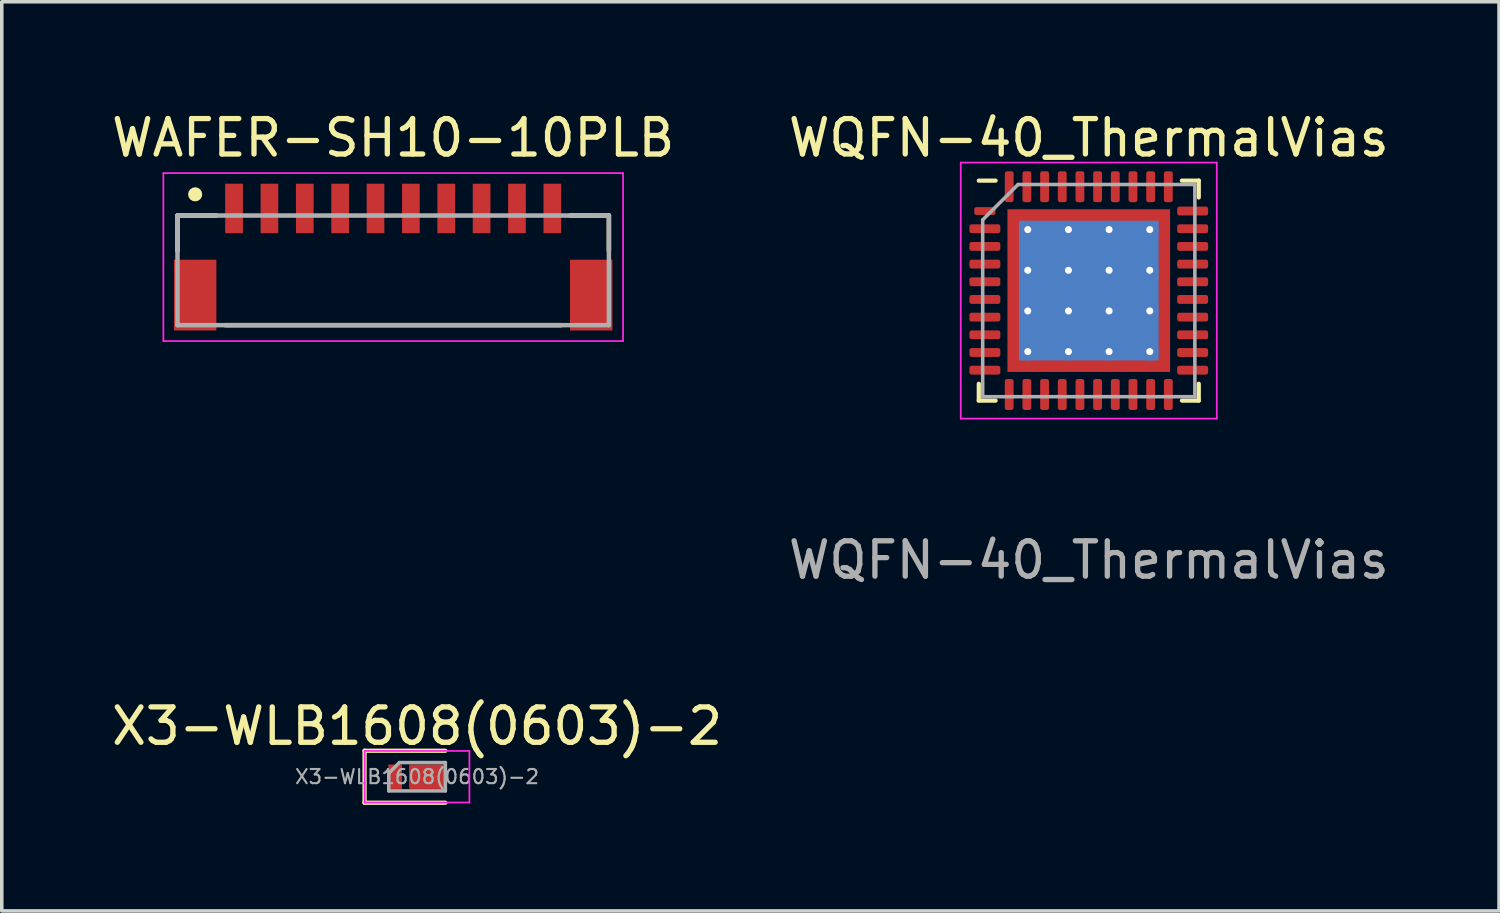
<source format=kicad_pcb>
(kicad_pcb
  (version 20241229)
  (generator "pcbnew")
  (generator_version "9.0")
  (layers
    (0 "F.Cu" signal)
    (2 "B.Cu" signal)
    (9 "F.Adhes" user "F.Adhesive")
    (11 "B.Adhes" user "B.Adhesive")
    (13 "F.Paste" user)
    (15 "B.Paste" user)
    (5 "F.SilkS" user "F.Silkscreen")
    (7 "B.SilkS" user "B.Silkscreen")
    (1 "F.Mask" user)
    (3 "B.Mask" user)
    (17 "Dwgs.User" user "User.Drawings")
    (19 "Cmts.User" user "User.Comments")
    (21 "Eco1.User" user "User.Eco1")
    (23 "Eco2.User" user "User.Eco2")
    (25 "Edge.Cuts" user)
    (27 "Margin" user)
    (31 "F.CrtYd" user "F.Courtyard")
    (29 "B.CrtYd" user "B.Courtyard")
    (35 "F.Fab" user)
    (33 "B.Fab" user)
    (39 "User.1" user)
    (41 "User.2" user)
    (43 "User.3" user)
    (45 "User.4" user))
  (footprint "X3-WLB1608(0603)-2"
    (layer "F.Cu")
    (at 8.744 18.915)
    (property "Reference" "X3-WLB1608(0603)-2" (at 0 -1.43 0) (layer "F.SilkS") (effects (font (size 1 1) (thickness 0.15))))
    (attr smd)
    (fp_line (start -1.485 -0.735) (end -1.485 0.735) (stroke (width 0.12) (type solid)) (layer "F.SilkS"))
    (fp_line (start -1.485 0.735) (end 0.8 0.735) (stroke (width 0.12) (type solid)) (layer "F.SilkS"))
    (fp_line (start 0.8 -0.735) (end -1.485 -0.735) (stroke (width 0.12) (type solid)) (layer "F.SilkS"))
    (fp_line (start -1.48 -0.73) (end 1.48 -0.73) (stroke (width 0.05) (type solid)) (layer "F.CrtYd"))
    (fp_line (start -1.48 0.73) (end -1.48 -0.73) (stroke (width 0.05) (type solid)) (layer "F.CrtYd"))
    (fp_line (start 1.48 -0.73) (end 1.48 0.73) (stroke (width 0.05) (type solid)) (layer "F.CrtYd"))
    (fp_line (start 1.48 0.73) (end -1.48 0.73) (stroke (width 0.05) (type solid)) (layer "F.CrtYd"))
    (fp_line (start -0.8 -0.1) (end -0.8 0.4) (stroke (width 0.1) (type solid)) (layer "F.Fab"))
    (fp_line (start -0.8 0.4) (end 0.8 0.4) (stroke (width 0.1) (type solid)) (layer "F.Fab"))
    (fp_line (start -0.5 -0.4) (end -0.8 -0.1) (stroke (width 0.1) (type solid)) (layer "F.Fab"))
    (fp_line (start 0.8 -0.4) (end -0.5 -0.4) (stroke (width 0.1) (type solid)) (layer "F.Fab"))
    (fp_line (start 0.8 0.4) (end 0.8 -0.4) (stroke (width 0.1) (type solid)) (layer "F.Fab"))
    (fp_text user "${REFERENCE}" (at 0 0 0) (layer "F.Fab") (effects (font (size 0.4 0.4) (thickness 0.06))))
    (pad "1" smd roundrect (at -0.619 0) (size 0.385 0.69) (layers "F.Cu" "F.Mask" "F.Paste") (roundrect_rratio 0.05))
    (pad "2" smd roundrect (at 0.293 0) (size 1.035 0.69) (layers "F.Cu" "F.Mask" "F.Paste") (roundrect_rratio 0.05)))
  (footprint "WQFN-40_ThermalVias"
    (layer "F.Cu")
    (at 27.739 5.168)
    (property "Reference" "WQFN-40_ThermalVias" (at 0 -4.32 0) (layer "F.SilkS") (effects (font (size 1 1) (thickness 0.15))))
    (attr smd)
    (fp_line (start -3.11 3.11) (end -3.11 2.635) (stroke (width 0.12) (type solid)) (layer "F.SilkS"))
    (fp_line (start -2.635 -3.11) (end -3.11 -3.11) (stroke (width 0.12) (type solid)) (layer "F.SilkS"))
    (fp_line (start -2.635 3.11) (end -3.11 3.11) (stroke (width 0.12) (type solid)) (layer "F.SilkS"))
    (fp_line (start 2.635 -3.11) (end 3.11 -3.11) (stroke (width 0.12) (type solid)) (layer "F.SilkS"))
    (fp_line (start 2.635 3.11) (end 3.11 3.11) (stroke (width 0.12) (type solid)) (layer "F.SilkS"))
    (fp_line (start 3.11 -3.11) (end 3.11 -2.635) (stroke (width 0.12) (type solid)) (layer "F.SilkS"))
    (fp_line (start 3.11 3.11) (end 3.11 2.635) (stroke (width 0.12) (type solid)) (layer "F.SilkS"))
    (fp_line (start -3.62 -3.62) (end -3.62 3.62) (stroke (width 0.05) (type solid)) (layer "F.CrtYd"))
    (fp_line (start -3.62 3.62) (end 3.62 3.62) (stroke (width 0.05) (type solid)) (layer "F.CrtYd"))
    (fp_line (start 3.62 -3.62) (end -3.62 -3.62) (stroke (width 0.05) (type solid)) (layer "F.CrtYd"))
    (fp_line (start 3.62 3.62) (end 3.62 -3.62) (stroke (width 0.05) (type solid)) (layer "F.CrtYd"))
    (fp_line (start -3 -2) (end -2 -3) (stroke (width 0.1) (type solid)) (layer "F.Fab"))
    (fp_line (start -3 3) (end -3 -2) (stroke (width 0.1) (type solid)) (layer "F.Fab"))
    (fp_line (start -2 -3) (end 3 -3) (stroke (width 0.1) (type solid)) (layer "F.Fab"))
    (fp_line (start 3 -3) (end 3 3) (stroke (width 0.1) (type solid)) (layer "F.Fab"))
    (fp_line (start 3 3) (end -3 3) (stroke (width 0.1) (type solid)) (layer "F.Fab"))
    (fp_text user "${REFERENCE}" (at 0 7.62 0) (layer "F.Fab") (effects (font (size 1 1) (thickness 0.15))))
    (pad "" smd custom (at -2.013 -2.013) (size 0.342 0.342) (layers "F.Paste") (options (anchor circle)) (primitives (gr_poly (pts (xy 0.116 0.012) (xy 0.012 0.116) (xy -0.116 0.116) (xy -0.116 -0.116) (xy 0.116 -0.116)) (width 0.232) (fill yes))))
    (pad "" smd custom (at -2.013 -1.15) (size 0.382 0.382) (layers "F.Paste") (options (anchor circle)) (primitives (gr_poly (pts (xy 0.15 -0.314) (xy 0.15 0.314) (xy 0.082 0.382) (xy -0.15 0.382) (xy -0.15 -0.382) (xy 0.082 -0.382)) (width 0.164) (fill yes))))
    (pad "" smd custom (at -2.013 0) (size 0.382 0.382) (layers "F.Paste") (options (anchor circle)) (primitives (gr_poly (pts (xy 0.15 -0.314) (xy 0.15 0.314) (xy 0.082 0.382) (xy -0.15 0.382) (xy -0.15 -0.382) (xy 0.082 -0.382)) (width 0.164) (fill yes))))
    (pad "" smd custom (at -2.013 1.15) (size 0.382 0.382) (layers "F.Paste") (options (anchor circle)) (primitives (gr_poly (pts (xy 0.15 -0.314) (xy 0.15 0.314) (xy 0.082 0.382) (xy -0.15 0.382) (xy -0.15 -0.382) (xy 0.082 -0.382)) (width 0.164) (fill yes))))
    (pad "" smd custom (at -2.013 2.013) (size 0.342 0.342) (layers "F.Paste") (options (anchor circle)) (primitives (gr_poly (pts (xy 0.116 -0.012) (xy 0.116 0.116) (xy -0.116 0.116) (xy -0.116 -0.116) (xy 0.012 -0.116)) (width 0.232) (fill yes))))
    (pad "" smd custom (at -1.15 -2.013) (size 0.382 0.382) (layers "F.Paste") (options (anchor circle)) (primitives (gr_poly (pts (xy 0.382 0.082) (xy 0.314 0.15) (xy -0.314 0.15) (xy -0.382 0.082) (xy -0.382 -0.15) (xy 0.382 -0.15)) (width 0.164) (fill yes))))
    (pad "" smd roundrect (at -1.15 -1.15) (size 0.927 0.927) (layers "F.Paste") (roundrect_rratio 0.25))
    (pad "" smd roundrect (at -1.15 0) (size 0.927 0.927) (layers "F.Paste") (roundrect_rratio 0.25))
    (pad "" smd roundrect (at -1.15 1.15) (size 0.927 0.927) (layers "F.Paste") (roundrect_rratio 0.25))
    (pad "" smd custom (at -1.15 2.013) (size 0.382 0.382) (layers "F.Paste") (options (anchor circle)) (primitives (gr_poly (pts (xy 0.382 -0.082) (xy 0.382 0.15) (xy -0.382 0.15) (xy -0.382 -0.082) (xy -0.314 -0.15) (xy 0.314 -0.15)) (width 0.164) (fill yes))))
    (pad "" smd custom (at 0 -2.013) (size 0.382 0.382) (layers "F.Paste") (options (anchor circle)) (primitives (gr_poly (pts (xy 0.382 0.082) (xy 0.314 0.15) (xy -0.314 0.15) (xy -0.382 0.082) (xy -0.382 -0.15) (xy 0.382 -0.15)) (width 0.164) (fill yes))))
    (pad "" smd roundrect (at 0 -1.15) (size 0.927 0.927) (layers "F.Paste") (roundrect_rratio 0.25))
    (pad "" smd roundrect (at 0 0) (size 0.927 0.927) (layers "F.Paste") (roundrect_rratio 0.25))
    (pad "" smd roundrect (at 0 1.15) (size 0.927 0.927) (layers "F.Paste") (roundrect_rratio 0.25))
    (pad "" smd custom (at 0 2.013) (size 0.382 0.382) (layers "F.Paste") (options (anchor circle)) (primitives (gr_poly (pts (xy 0.382 -0.082) (xy 0.382 0.15) (xy -0.382 0.15) (xy -0.382 -0.082) (xy -0.314 -0.15) (xy 0.314 -0.15)) (width 0.164) (fill yes))))
    (pad "" smd custom (at 1.15 -2.013) (size 0.382 0.382) (layers "F.Paste") (options (anchor circle)) (primitives (gr_poly (pts (xy 0.382 0.082) (xy 0.314 0.15) (xy -0.314 0.15) (xy -0.382 0.082) (xy -0.382 -0.15) (xy 0.382 -0.15)) (width 0.164) (fill yes))))
    (pad "" smd roundrect (at 1.15 -1.15) (size 0.927 0.927) (layers "F.Paste") (roundrect_rratio 0.25))
    (pad "" smd roundrect (at 1.15 0) (size 0.927 0.927) (layers "F.Paste") (roundrect_rratio 0.25))
    (pad "" smd roundrect (at 1.15 1.15) (size 0.927 0.927) (layers "F.Paste") (roundrect_rratio 0.25))
    (pad "" smd custom (at 1.15 2.013) (size 0.382 0.382) (layers "F.Paste") (options (anchor circle)) (primitives (gr_poly (pts (xy 0.382 -0.082) (xy 0.382 0.15) (xy -0.382 0.15) (xy -0.382 -0.082) (xy -0.314 -0.15) (xy 0.314 -0.15)) (width 0.164) (fill yes))))
    (pad "" smd custom (at 2.013 -2.013) (size 0.342 0.342) (layers "F.Paste") (options (anchor circle)) (primitives (gr_poly (pts (xy 0.116 0.116) (xy -0.012 0.116) (xy -0.116 0.012) (xy -0.116 -0.116) (xy 0.116 -0.116)) (width 0.232) (fill yes))))
    (pad "" smd custom (at 2.013 -1.15) (size 0.382 0.382) (layers "F.Paste") (options (anchor circle)) (primitives (gr_poly (pts (xy 0.15 0.382) (xy -0.082 0.382) (xy -0.15 0.314) (xy -0.15 -0.314) (xy -0.082 -0.382) (xy 0.15 -0.382)) (width 0.164) (fill yes))))
    (pad "" smd custom (at 2.013 0) (size 0.382 0.382) (layers "F.Paste") (options (anchor circle)) (primitives (gr_poly (pts (xy 0.15 0.382) (xy -0.082 0.382) (xy -0.15 0.314) (xy -0.15 -0.314) (xy -0.082 -0.382) (xy 0.15 -0.382)) (width 0.164) (fill yes))))
    (pad "" smd custom (at 2.013 1.15) (size 0.382 0.382) (layers "F.Paste") (options (anchor circle)) (primitives (gr_poly (pts (xy 0.15 0.382) (xy -0.082 0.382) (xy -0.15 0.314) (xy -0.15 -0.314) (xy -0.082 -0.382) (xy 0.15 -0.382)) (width 0.164) (fill yes))))
    (pad "" smd custom (at 2.013 2.013) (size 0.342 0.342) (layers "F.Paste") (options (anchor circle)) (primitives (gr_poly (pts (xy 0.116 0.116) (xy -0.116 0.116) (xy -0.116 -0.012) (xy -0.012 -0.116) (xy 0.116 -0.116)) (width 0.232) (fill yes))))
    (pad "1" smd roundrect (at -2.938 -2.25) (size 0.6 0.22) (layers "F.Cu" "F.Mask" "F.Paste") (roundrect_rratio 0.25))
    (pad "2" smd roundrect (at -2.938 -1.75) (size 0.875 0.25) (layers "F.Cu" "F.Mask" "F.Paste") (roundrect_rratio 0.25))
    (pad "3" smd roundrect (at -2.938 -1.25) (size 0.875 0.25) (layers "F.Cu" "F.Mask" "F.Paste") (roundrect_rratio 0.25))
    (pad "4" smd roundrect (at -2.938 -0.75) (size 0.875 0.25) (layers "F.Cu" "F.Mask" "F.Paste") (roundrect_rratio 0.25))
    (pad "5" smd roundrect (at -2.938 -0.25) (size 0.875 0.25) (layers "F.Cu" "F.Mask" "F.Paste") (roundrect_rratio 0.25))
    (pad "6" smd roundrect (at -2.938 0.25) (size 0.875 0.25) (layers "F.Cu" "F.Mask" "F.Paste") (roundrect_rratio 0.25))
    (pad "7" smd roundrect (at -2.938 0.75) (size 0.875 0.25) (layers "F.Cu" "F.Mask" "F.Paste") (roundrect_rratio 0.25))
    (pad "8" smd roundrect (at -2.938 1.25) (size 0.875 0.25) (layers "F.Cu" "F.Mask" "F.Paste") (roundrect_rratio 0.25))
    (pad "9" smd roundrect (at -2.938 1.75) (size 0.875 0.25) (layers "F.Cu" "F.Mask" "F.Paste") (roundrect_rratio 0.25))
    (pad "10" smd roundrect (at -2.938 2.25) (size 0.875 0.25) (layers "F.Cu" "F.Mask" "F.Paste") (roundrect_rratio 0.25))
    (pad "11" smd roundrect (at -2.25 2.938) (size 0.25 0.875) (layers "F.Cu" "F.Mask" "F.Paste") (roundrect_rratio 0.25))
    (pad "12" smd roundrect (at -1.75 2.938) (size 0.25 0.875) (layers "F.Cu" "F.Mask" "F.Paste") (roundrect_rratio 0.25))
    (pad "13" smd roundrect (at -1.25 2.938) (size 0.25 0.875) (layers "F.Cu" "F.Mask" "F.Paste") (roundrect_rratio 0.25))
    (pad "14" smd roundrect (at -0.75 2.938) (size 0.25 0.875) (layers "F.Cu" "F.Mask" "F.Paste") (roundrect_rratio 0.25))
    (pad "15" smd roundrect (at -0.25 2.938) (size 0.25 0.875) (layers "F.Cu" "F.Mask" "F.Paste") (roundrect_rratio 0.25))
    (pad "16" smd roundrect (at 0.25 2.938) (size 0.25 0.875) (layers "F.Cu" "F.Mask" "F.Paste") (roundrect_rratio 0.25))
    (pad "17" smd roundrect (at 0.75 2.938) (size 0.25 0.875) (layers "F.Cu" "F.Mask" "F.Paste") (roundrect_rratio 0.25))
    (pad "18" smd roundrect (at 1.25 2.938) (size 0.25 0.875) (layers "F.Cu" "F.Mask" "F.Paste") (roundrect_rratio 0.25))
    (pad "19" smd roundrect (at 1.75 2.938) (size 0.25 0.875) (layers "F.Cu" "F.Mask" "F.Paste") (roundrect_rratio 0.25))
    (pad "20" smd roundrect (at 2.25 2.938) (size 0.25 0.875) (layers "F.Cu" "F.Mask" "F.Paste") (roundrect_rratio 0.25))
    (pad "21" smd roundrect (at 2.938 2.25) (size 0.875 0.25) (layers "F.Cu" "F.Mask" "F.Paste") (roundrect_rratio 0.25))
    (pad "22" smd roundrect (at 2.938 1.75) (size 0.875 0.25) (layers "F.Cu" "F.Mask" "F.Paste") (roundrect_rratio 0.25))
    (pad "23" smd roundrect (at 2.938 1.25) (size 0.875 0.25) (layers "F.Cu" "F.Mask" "F.Paste") (roundrect_rratio 0.25))
    (pad "24" smd roundrect (at 2.938 0.75) (size 0.875 0.25) (layers "F.Cu" "F.Mask" "F.Paste") (roundrect_rratio 0.25))
    (pad "25" smd roundrect (at 2.938 0.25) (size 0.875 0.25) (layers "F.Cu" "F.Mask" "F.Paste") (roundrect_rratio 0.25))
    (pad "26" smd roundrect (at 2.938 -0.25) (size 0.875 0.25) (layers "F.Cu" "F.Mask" "F.Paste") (roundrect_rratio 0.25))
    (pad "27" smd roundrect (at 2.938 -0.75) (size 0.875 0.25) (layers "F.Cu" "F.Mask" "F.Paste") (roundrect_rratio 0.25))
    (pad "28" smd roundrect (at 2.938 -1.25) (size 0.875 0.25) (layers "F.Cu" "F.Mask" "F.Paste") (roundrect_rratio 0.25))
    (pad "29" smd roundrect (at 2.938 -1.75) (size 0.875 0.25) (layers "F.Cu" "F.Mask" "F.Paste") (roundrect_rratio 0.25))
    (pad "30" smd roundrect (at 2.938 -2.25) (size 0.875 0.25) (layers "F.Cu" "F.Mask" "F.Paste") (roundrect_rratio 0.25))
    (pad "31" smd roundrect (at 2.25 -2.938) (size 0.25 0.875) (layers "F.Cu" "F.Mask" "F.Paste") (roundrect_rratio 0.25))
    (pad "32" smd roundrect (at 1.75 -2.938) (size 0.25 0.875) (layers "F.Cu" "F.Mask" "F.Paste") (roundrect_rratio 0.25))
    (pad "33" smd roundrect (at 1.25 -2.938) (size 0.25 0.875) (layers "F.Cu" "F.Mask" "F.Paste") (roundrect_rratio 0.25))
    (pad "34" smd roundrect (at 0.75 -2.938) (size 0.25 0.875) (layers "F.Cu" "F.Mask" "F.Paste") (roundrect_rratio 0.25))
    (pad "35" smd roundrect (at 0.25 -2.938) (size 0.25 0.875) (layers "F.Cu" "F.Mask" "F.Paste") (roundrect_rratio 0.25))
    (pad "36" smd roundrect (at -0.25 -2.938) (size 0.25 0.875) (layers "F.Cu" "F.Mask" "F.Paste") (roundrect_rratio 0.25))
    (pad "37" smd roundrect (at -0.75 -2.938) (size 0.25 0.875) (layers "F.Cu" "F.Mask" "F.Paste") (roundrect_rratio 0.25))
    (pad "38" smd roundrect (at -1.25 -2.938) (size 0.25 0.875) (layers "F.Cu" "F.Mask" "F.Paste") (roundrect_rratio 0.25))
    (pad "39" smd roundrect (at -1.75 -2.938) (size 0.25 0.875) (layers "F.Cu" "F.Mask" "F.Paste") (roundrect_rratio 0.25))
    (pad "40" smd roundrect (at -2.25 -2.938) (size 0.25 0.875) (layers "F.Cu" "F.Mask" "F.Paste") (roundrect_rratio 0.25))
    (pad "41" thru_hole circle (at -1.725 -1.725) (size 0.5 0.5) (drill 0.2) (layers "*.Cu"))
    (pad "41" thru_hole circle (at -1.725 -0.575) (size 0.5 0.5) (drill 0.2) (layers "*.Cu"))
    (pad "41" thru_hole circle (at -1.725 0.575) (size 0.5 0.5) (drill 0.2) (layers "*.Cu"))
    (pad "41" thru_hole circle (at -1.725 1.725) (size 0.5 0.5) (drill 0.2) (layers "*.Cu"))
    (pad "41" thru_hole circle (at -0.575 -1.725) (size 0.5 0.5) (drill 0.2) (layers "*.Cu"))
    (pad "41" thru_hole circle (at -0.575 -0.575) (size 0.5 0.5) (drill 0.2) (layers "*.Cu"))
    (pad "41" thru_hole circle (at -0.575 0.575) (size 0.5 0.5) (drill 0.2) (layers "*.Cu"))
    (pad "41" thru_hole circle (at -0.575 1.725) (size 0.5 0.5) (drill 0.2) (layers "*.Cu"))
    (pad "41" smd rect (at 0 0) (size 3.95 3.95) (layers "B.Cu"))
    (pad "41" smd rect (at 0 0) (size 4.6 4.6) (layers "F.Cu" "F.Mask"))
    (pad "41" thru_hole circle (at 0.575 -1.725) (size 0.5 0.5) (drill 0.2) (layers "*.Cu"))
    (pad "41" thru_hole circle (at 0.575 -0.575) (size 0.5 0.5) (drill 0.2) (layers "*.Cu"))
    (pad "41" thru_hole circle (at 0.575 0.575) (size 0.5 0.5) (drill 0.2) (layers "*.Cu"))
    (pad "41" thru_hole circle (at 0.575 1.725) (size 0.5 0.5) (drill 0.2) (layers "*.Cu"))
    (pad "41" thru_hole circle (at 1.725 -1.725) (size 0.5 0.5) (drill 0.2) (layers "*.Cu"))
    (pad "41" thru_hole circle (at 1.725 -0.575) (size 0.5 0.5) (drill 0.2) (layers "*.Cu"))
    (pad "41" thru_hole circle (at 1.725 0.575) (size 0.5 0.5) (drill 0.2) (layers "*.Cu"))
    (pad "41" thru_hole circle (at 1.725 1.725) (size 0.5 0.5) (drill 0.2) (layers "*.Cu")))
  (footprint "WAFER-SH10-10PLB"
    (layer "F.Cu")
    (at 8.069 6.595)
    (property "Reference" "WAFER-SH10-10PLB" (at 0 -5.746 0) (layer "F.SilkS") (effects (font (size 1.002 1.002) (thickness 0.15))))
    (attr smd)
    (fp_line (start -6.1 -3.55) (end -5 -3.55) (stroke (width 0.127) (type solid)) (layer "F.SilkS"))
    (fp_line (start -6.1 -2.55) (end -6.1 -3.55) (stroke (width 0.127) (type solid)) (layer "F.SilkS"))
    (fp_line (start -4.75 -0.45) (end 4.75 -0.45) (stroke (width 0.127) (type solid)) (layer "F.SilkS"))
    (fp_line (start 6.1 -3.55) (end 5 -3.55) (stroke (width 0.127) (type solid)) (layer "F.SilkS"))
    (fp_line (start 6.1 -2.55) (end 6.1 -3.55) (stroke (width 0.127) (type solid)) (layer "F.SilkS"))
    (fp_circle (center -5.6 -4.15) (end -5.5 -4.15) (stroke (width 0.2) (type solid)) (fill no) (layer "F.SilkS"))
    (fp_line (start -6.5 -4.75) (end 6.5 -4.75) (stroke (width 0.05) (type solid)) (layer "F.CrtYd"))
    (fp_line (start -6.5 0) (end -6.5 -4.75) (stroke (width 0.05) (type solid)) (layer "F.CrtYd"))
    (fp_line (start 6.5 -4.75) (end 6.5 0) (stroke (width 0.05) (type solid)) (layer "F.CrtYd"))
    (fp_line (start 6.5 0) (end -6.5 0) (stroke (width 0.05) (type solid)) (layer "F.CrtYd"))
    (fp_line (start -6.1 -3.55) (end 6.1 -3.55) (stroke (width 0.127) (type solid)) (layer "F.Fab"))
    (fp_line (start -6.1 -0.45) (end -6.1 -3.5) (stroke (width 0.127) (type solid)) (layer "F.Fab"))
    (fp_line (start 6.1 -3.5) (end 6.1 -0.45) (stroke (width 0.127) (type solid)) (layer "F.Fab"))
    (fp_line (start 6.1 -0.45) (end -6.1 -0.45) (stroke (width 0.127) (type solid)) (layer "F.Fab"))
    (pad "1" smd rect (at -4.5 -3.75) (size 0.5 1.4) (layers "F.Cu" "F.Mask" "F.Paste"))
    (pad "2" smd rect (at -3.5 -3.75) (size 0.5 1.4) (layers "F.Cu" "F.Mask" "F.Paste"))
    (pad "3" smd rect (at -2.5 -3.75) (size 0.5 1.4) (layers "F.Cu" "F.Mask" "F.Paste"))
    (pad "4" smd rect (at -1.5 -3.75) (size 0.5 1.4) (layers "F.Cu" "F.Mask" "F.Paste"))
    (pad "5" smd rect (at -0.5 -3.75) (size 0.5 1.4) (layers "F.Cu" "F.Mask" "F.Paste"))
    (pad "6" smd rect (at 0.5 -3.75) (size 0.5 1.4) (layers "F.Cu" "F.Mask" "F.Paste"))
    (pad "7" smd rect (at 1.5 -3.75) (size 0.5 1.4) (layers "F.Cu" "F.Mask" "F.Paste"))
    (pad "8" smd rect (at 2.5 -3.75) (size 0.5 1.4) (layers "F.Cu" "F.Mask" "F.Paste"))
    (pad "9" smd rect (at 3.5 -3.75) (size 0.5 1.4) (layers "F.Cu" "F.Mask" "F.Paste"))
    (pad "10" smd rect (at 4.5 -3.75) (size 0.5 1.4) (layers "F.Cu" "F.Mask" "F.Paste"))
    (pad "S1" smd rect (at 5.6 -1.3) (size 1.2 2) (layers "F.Cu" "F.Mask" "F.Paste"))
    (pad "S2" smd rect (at -5.6 -1.3) (size 1.2 2) (layers "F.Cu" "F.Mask" "F.Paste")))
  (gr_rect
    (start -3 -3)
    (end 39.34 22.71)
    (stroke (width 0.1) (type default))
    (fill no)
    (layer "Edge.Cuts")))
</source>
